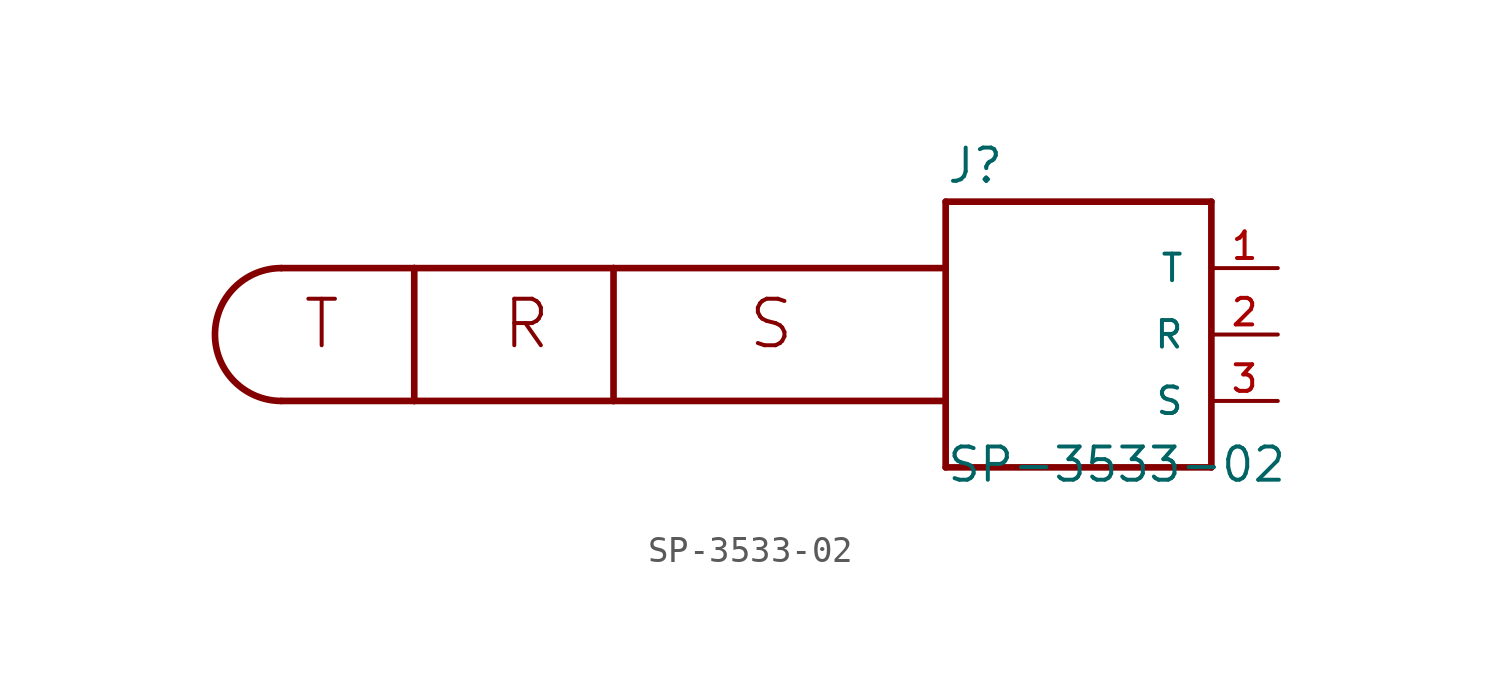
<source format=kicad_sym>
(kicad_symbol_lib
  (version 20210619)
  (generator kicad_symbol_editor)
  (symbol "SP-3533-02:SP-3533-02"
    (pin_names
      (offset 1.016))
    (property "Reference" "J"
      (at -10.16 5.715 0)
      (effects (font (size 1.27 1.27)) (justify left bottom)))
    (property "Value" "SP-3533-02"
      (at -10.16 -5.715 0)
      (effects (font (size 1.27 1.27)) (justify left bottom)))
    (property "ki_locked" ""
      (at 0 0 0)
      (effects (font (size 1.27 1.27))))
    (symbol "SP-3533-02_0_0"
      (arc (start -35.56 2.54) (end -35.56 -2.54) (radius (at -35.56 0) (length 2.54) (angles 90 -90.1)) (stroke (width 0.254)) (fill (type none)))
      (text "R" (at -27.178 -0.635 0) (effects (font (size 1.778 1.778)) (justify left bottom)))
      (text "S" (at -17.78 -0.635 0) (effects (font (size 1.778 1.778)) (justify left bottom)))
      (text "T" (at -34.798 -0.635 0) (effects (font (size 1.778 1.778)) (justify left bottom)))
      (polyline (pts (xy -30.48 -2.54) (xy -35.56 -2.54)) (stroke (width 0.254)) (fill (type none)))
      (polyline (pts (xy -30.48 2.54) (xy -35.56 2.54)) (stroke (width 0.254)) (fill (type none)))
      (polyline (pts (xy -30.48 2.54) (xy -30.48 -2.54)) (stroke (width 0.254)) (fill (type none)))
      (polyline (pts (xy -22.86 -2.54) (xy -30.48 -2.54)) (stroke (width 0.254)) (fill (type none)))
      (polyline (pts (xy -22.86 2.54) (xy -30.48 2.54)) (stroke (width 0.254)) (fill (type none)))
      (polyline (pts (xy -22.86 2.54) (xy -22.86 -2.54)) (stroke (width 0.254)) (fill (type none)))
      (polyline (pts (xy -10.16 -5.08) (xy -10.16 -2.54)) (stroke (width 0.254)) (fill (type none)))
      (polyline (pts (xy -10.16 -2.54) (xy -22.86 -2.54)) (stroke (width 0.254)) (fill (type none)))
      (polyline (pts (xy -10.16 -2.54) (xy -10.16 2.54)) (stroke (width 0.254)) (fill (type none)))
      (polyline (pts (xy -10.16 2.54) (xy -22.86 2.54)) (stroke (width 0.254)) (fill (type none)))
      (polyline (pts (xy -10.16 2.54) (xy -10.16 5.08)) (stroke (width 0.254)) (fill (type none)))
      (polyline (pts (xy -10.16 5.08) (xy 0 5.08)) (stroke (width 0.254)) (fill (type none)))
      (polyline (pts (xy 0 -5.08) (xy -10.16 -5.08)) (stroke (width 0.254)) (fill (type none)))
      (polyline (pts (xy 0 5.08) (xy 0 -5.08)) (stroke (width 0.254)) (fill (type none)))
      (pin passive line (at 2.54 2.54 180) (length 2.54) (name "T" (effects (font (size 1.016 1.016)))) (number "1" (effects (font (size 1.016 1.016)))))
      (pin passive line (at 2.54 0 180) (length 2.54) (name "R" (effects (font (size 1.016 1.016)))) (number "2" (effects (font (size 1.016 1.016)))))
      (pin passive line (at 2.54 -2.54 180) (length 2.54) (name "S" (effects (font (size 1.016 1.016)))) (number "3" (effects (font (size 1.016 1.016))))))))
</source>
